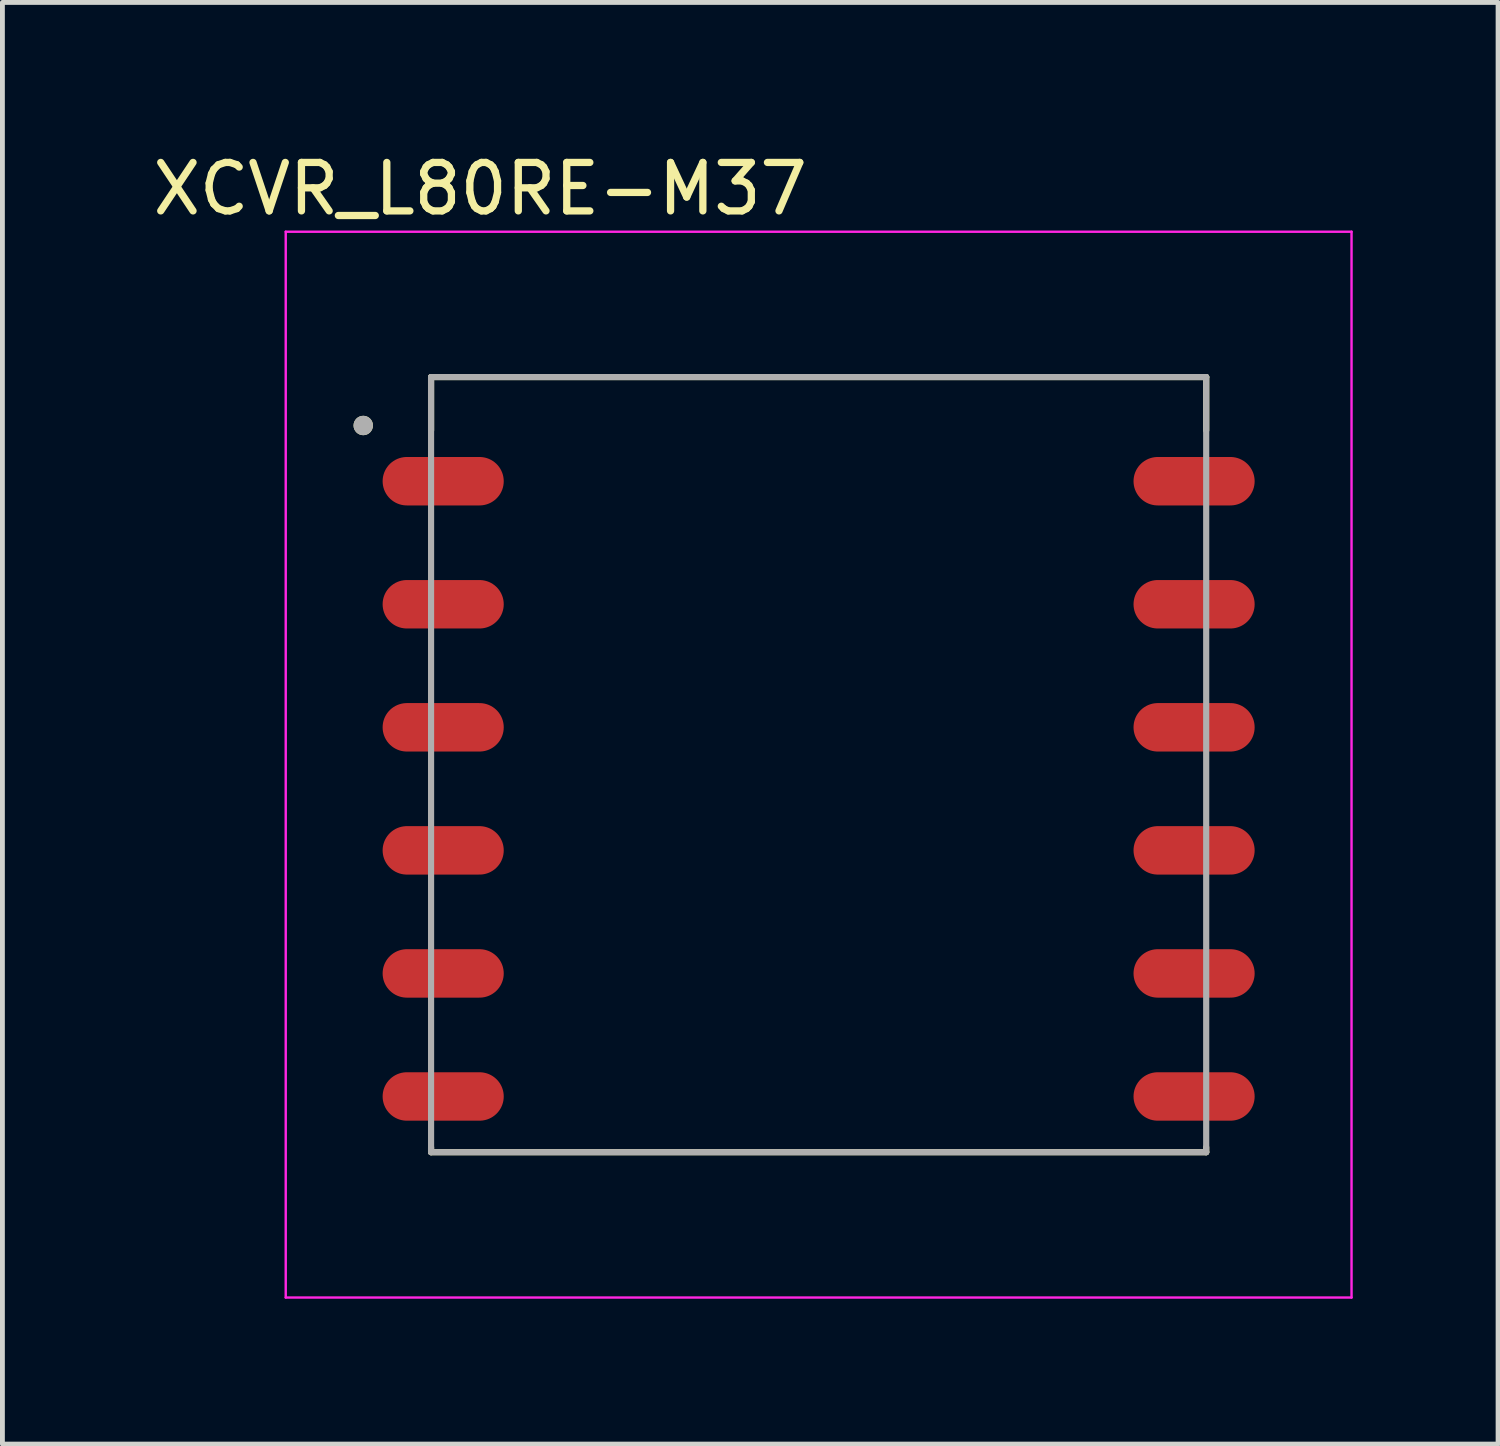
<source format=kicad_pcb>
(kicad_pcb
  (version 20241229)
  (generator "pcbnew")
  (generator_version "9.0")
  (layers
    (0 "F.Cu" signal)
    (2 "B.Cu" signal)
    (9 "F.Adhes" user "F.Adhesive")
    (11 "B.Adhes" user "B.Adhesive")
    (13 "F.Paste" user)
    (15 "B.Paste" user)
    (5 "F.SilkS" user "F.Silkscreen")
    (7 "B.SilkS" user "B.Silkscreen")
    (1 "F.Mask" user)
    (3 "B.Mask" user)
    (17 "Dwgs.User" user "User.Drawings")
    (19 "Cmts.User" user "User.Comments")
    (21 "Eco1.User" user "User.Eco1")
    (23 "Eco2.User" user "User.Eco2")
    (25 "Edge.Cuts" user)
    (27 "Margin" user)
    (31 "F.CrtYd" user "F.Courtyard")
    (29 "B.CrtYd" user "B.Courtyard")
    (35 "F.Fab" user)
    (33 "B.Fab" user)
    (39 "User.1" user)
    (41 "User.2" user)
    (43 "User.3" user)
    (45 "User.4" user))
  (footprint "XCVR_L80RE-M37"
    (layer "F.Cu")
    (at 13.848 12.733)
    (property "Reference" "XCVR_L80RE-M37" (at -6.985 -11.885 0) (layer "F.SilkS") (effects (font (size 1 1) (thickness 0.15))))
    (attr smd)
    (fp_line (start -8 -8) (end -8 -6.9) (stroke (width 0.127) (type solid)) (layer "F.SilkS"))
    (fp_line (start -8 -8) (end 8 -8) (stroke (width 0.127) (type solid)) (layer "F.SilkS"))
    (fp_line (start -8 8) (end -8 7.9) (stroke (width 0.127) (type solid)) (layer "F.SilkS"))
    (fp_line (start 8 -8) (end 8 -6.9) (stroke (width 0.127) (type solid)) (layer "F.SilkS"))
    (fp_line (start 8 8) (end -8 8) (stroke (width 0.127) (type solid)) (layer "F.SilkS"))
    (fp_line (start 8 8) (end 8 7.9) (stroke (width 0.127) (type solid)) (layer "F.SilkS"))
    (fp_circle (center -9.4 -7) (end -9.3 -7) (stroke (width 0.2) (type solid)) (fill no) (layer "F.SilkS"))
    (fp_poly (pts (xy -8.9 -6.35) (xy -7.1 -6.35) (xy -7.048 -6.347) (xy -6.996 -6.339) (xy -6.945 -6.326) (xy -6.897 -6.307) (xy -6.85 -6.283) (xy -6.806 -6.255) (xy -6.765 -6.222) (xy -6.728 -6.185) (xy -6.695 -6.144) (xy -6.667 -6.1) (xy -6.643 -6.053) (xy -6.624 -6.005) (xy -6.611 -5.954) (xy -6.603 -5.902) (xy -6.6 -5.85) (xy -6.603 -5.798) (xy -6.611 -5.746) (xy -6.624 -5.695) (xy -6.643 -5.647) (xy -6.667 -5.6) (xy -6.695 -5.556) (xy -6.728 -5.515) (xy -6.765 -5.478) (xy -6.806 -5.445) (xy -6.85 -5.417) (xy -6.897 -5.393) (xy -6.945 -5.374) (xy -6.996 -5.361) (xy -7.048 -5.353) (xy -7.1 -5.35) (xy -8.9 -5.35) (xy -8.952 -5.353) (xy -9.004 -5.361) (xy -9.055 -5.374) (xy -9.103 -5.393) (xy -9.15 -5.417) (xy -9.194 -5.445) (xy -9.235 -5.478) (xy -9.272 -5.515) (xy -9.305 -5.556) (xy -9.333 -5.6) (xy -9.357 -5.647) (xy -9.376 -5.695) (xy -9.389 -5.746) (xy -9.397 -5.798) (xy -9.4 -5.85) (xy -9.397 -5.902) (xy -9.389 -5.954) (xy -9.376 -6.005) (xy -9.357 -6.053) (xy -9.333 -6.1) (xy -9.305 -6.144) (xy -9.272 -6.185) (xy -9.235 -6.222) (xy -9.194 -6.255) (xy -9.15 -6.283) (xy -9.103 -6.307) (xy -9.055 -6.326) (xy -9.004 -6.339) (xy -8.952 -6.347) (xy -8.9 -6.35)) (stroke (width 0.01) (type solid)) (fill yes) (layer "F.Paste"))
    (fp_poly (pts (xy -8.9 -3.81) (xy -7.1 -3.81) (xy -7.048 -3.807) (xy -6.996 -3.799) (xy -6.945 -3.786) (xy -6.897 -3.767) (xy -6.85 -3.743) (xy -6.806 -3.715) (xy -6.765 -3.682) (xy -6.728 -3.645) (xy -6.695 -3.604) (xy -6.667 -3.56) (xy -6.643 -3.513) (xy -6.624 -3.465) (xy -6.611 -3.414) (xy -6.603 -3.362) (xy -6.6 -3.31) (xy -6.603 -3.258) (xy -6.611 -3.206) (xy -6.624 -3.155) (xy -6.643 -3.107) (xy -6.667 -3.06) (xy -6.695 -3.016) (xy -6.728 -2.975) (xy -6.765 -2.938) (xy -6.806 -2.905) (xy -6.85 -2.877) (xy -6.897 -2.853) (xy -6.945 -2.834) (xy -6.996 -2.821) (xy -7.048 -2.813) (xy -7.1 -2.81) (xy -8.9 -2.81) (xy -8.952 -2.813) (xy -9.004 -2.821) (xy -9.055 -2.834) (xy -9.103 -2.853) (xy -9.15 -2.877) (xy -9.194 -2.905) (xy -9.235 -2.938) (xy -9.272 -2.975) (xy -9.305 -3.016) (xy -9.333 -3.06) (xy -9.357 -3.107) (xy -9.376 -3.155) (xy -9.389 -3.206) (xy -9.397 -3.258) (xy -9.4 -3.31) (xy -9.397 -3.362) (xy -9.389 -3.414) (xy -9.376 -3.465) (xy -9.357 -3.513) (xy -9.333 -3.56) (xy -9.305 -3.604) (xy -9.272 -3.645) (xy -9.235 -3.682) (xy -9.194 -3.715) (xy -9.15 -3.743) (xy -9.103 -3.767) (xy -9.055 -3.786) (xy -9.004 -3.799) (xy -8.952 -3.807) (xy -8.9 -3.81)) (stroke (width 0.01) (type solid)) (fill yes) (layer "F.Paste"))
    (fp_poly (pts (xy -8.9 -1.27) (xy -7.1 -1.27) (xy -7.048 -1.267) (xy -6.996 -1.259) (xy -6.945 -1.246) (xy -6.897 -1.227) (xy -6.85 -1.203) (xy -6.806 -1.175) (xy -6.765 -1.142) (xy -6.728 -1.105) (xy -6.695 -1.064) (xy -6.667 -1.02) (xy -6.643 -0.973) (xy -6.624 -0.925) (xy -6.611 -0.874) (xy -6.603 -0.822) (xy -6.6 -0.77) (xy -6.603 -0.718) (xy -6.611 -0.666) (xy -6.624 -0.615) (xy -6.643 -0.567) (xy -6.667 -0.52) (xy -6.695 -0.476) (xy -6.728 -0.435) (xy -6.765 -0.398) (xy -6.806 -0.365) (xy -6.85 -0.337) (xy -6.897 -0.313) (xy -6.945 -0.294) (xy -6.996 -0.281) (xy -7.048 -0.273) (xy -7.1 -0.27) (xy -8.9 -0.27) (xy -8.952 -0.273) (xy -9.004 -0.281) (xy -9.055 -0.294) (xy -9.103 -0.313) (xy -9.15 -0.337) (xy -9.194 -0.365) (xy -9.235 -0.398) (xy -9.272 -0.435) (xy -9.305 -0.476) (xy -9.333 -0.52) (xy -9.357 -0.567) (xy -9.376 -0.615) (xy -9.389 -0.666) (xy -9.397 -0.718) (xy -9.4 -0.77) (xy -9.397 -0.822) (xy -9.389 -0.874) (xy -9.376 -0.925) (xy -9.357 -0.973) (xy -9.333 -1.02) (xy -9.305 -1.064) (xy -9.272 -1.105) (xy -9.235 -1.142) (xy -9.194 -1.175) (xy -9.15 -1.203) (xy -9.103 -1.227) (xy -9.055 -1.246) (xy -9.004 -1.259) (xy -8.952 -1.267) (xy -8.9 -1.27)) (stroke (width 0.01) (type solid)) (fill yes) (layer "F.Paste"))
    (fp_poly (pts (xy -8.9 1.27) (xy -7.1 1.27) (xy -7.048 1.273) (xy -6.996 1.281) (xy -6.945 1.294) (xy -6.897 1.313) (xy -6.85 1.337) (xy -6.806 1.365) (xy -6.765 1.398) (xy -6.728 1.435) (xy -6.695 1.476) (xy -6.667 1.52) (xy -6.643 1.567) (xy -6.624 1.615) (xy -6.611 1.666) (xy -6.603 1.718) (xy -6.6 1.77) (xy -6.603 1.822) (xy -6.611 1.874) (xy -6.624 1.925) (xy -6.643 1.973) (xy -6.667 2.02) (xy -6.695 2.064) (xy -6.728 2.105) (xy -6.765 2.142) (xy -6.806 2.175) (xy -6.85 2.203) (xy -6.897 2.227) (xy -6.945 2.246) (xy -6.996 2.259) (xy -7.048 2.267) (xy -7.1 2.27) (xy -8.9 2.27) (xy -8.952 2.267) (xy -9.004 2.259) (xy -9.055 2.246) (xy -9.103 2.227) (xy -9.15 2.203) (xy -9.194 2.175) (xy -9.235 2.142) (xy -9.272 2.105) (xy -9.305 2.064) (xy -9.333 2.02) (xy -9.357 1.973) (xy -9.376 1.925) (xy -9.389 1.874) (xy -9.397 1.822) (xy -9.4 1.77) (xy -9.397 1.718) (xy -9.389 1.666) (xy -9.376 1.615) (xy -9.357 1.567) (xy -9.333 1.52) (xy -9.305 1.476) (xy -9.272 1.435) (xy -9.235 1.398) (xy -9.194 1.365) (xy -9.15 1.337) (xy -9.103 1.313) (xy -9.055 1.294) (xy -9.004 1.281) (xy -8.952 1.273) (xy -8.9 1.27)) (stroke (width 0.01) (type solid)) (fill yes) (layer "F.Paste"))
    (fp_poly (pts (xy -8.9 3.81) (xy -7.1 3.81) (xy -7.048 3.813) (xy -6.996 3.821) (xy -6.945 3.834) (xy -6.897 3.853) (xy -6.85 3.877) (xy -6.806 3.905) (xy -6.765 3.938) (xy -6.728 3.975) (xy -6.695 4.016) (xy -6.667 4.06) (xy -6.643 4.107) (xy -6.624 4.155) (xy -6.611 4.206) (xy -6.603 4.258) (xy -6.6 4.31) (xy -6.603 4.362) (xy -6.611 4.414) (xy -6.624 4.465) (xy -6.643 4.513) (xy -6.667 4.56) (xy -6.695 4.604) (xy -6.728 4.645) (xy -6.765 4.682) (xy -6.806 4.715) (xy -6.85 4.743) (xy -6.897 4.767) (xy -6.945 4.786) (xy -6.996 4.799) (xy -7.048 4.807) (xy -7.1 4.81) (xy -8.9 4.81) (xy -8.952 4.807) (xy -9.004 4.799) (xy -9.055 4.786) (xy -9.103 4.767) (xy -9.15 4.743) (xy -9.194 4.715) (xy -9.235 4.682) (xy -9.272 4.645) (xy -9.305 4.604) (xy -9.333 4.56) (xy -9.357 4.513) (xy -9.376 4.465) (xy -9.389 4.414) (xy -9.397 4.362) (xy -9.4 4.31) (xy -9.397 4.258) (xy -9.389 4.206) (xy -9.376 4.155) (xy -9.357 4.107) (xy -9.333 4.06) (xy -9.305 4.016) (xy -9.272 3.975) (xy -9.235 3.938) (xy -9.194 3.905) (xy -9.15 3.877) (xy -9.103 3.853) (xy -9.055 3.834) (xy -9.004 3.821) (xy -8.952 3.813) (xy -8.9 3.81)) (stroke (width 0.01) (type solid)) (fill yes) (layer "F.Paste"))
    (fp_poly (pts (xy -8.9 6.35) (xy -7.1 6.35) (xy -7.048 6.353) (xy -6.996 6.361) (xy -6.945 6.374) (xy -6.897 6.393) (xy -6.85 6.417) (xy -6.806 6.445) (xy -6.765 6.478) (xy -6.728 6.515) (xy -6.695 6.556) (xy -6.667 6.6) (xy -6.643 6.647) (xy -6.624 6.695) (xy -6.611 6.746) (xy -6.603 6.798) (xy -6.6 6.85) (xy -6.603 6.902) (xy -6.611 6.954) (xy -6.624 7.005) (xy -6.643 7.053) (xy -6.667 7.1) (xy -6.695 7.144) (xy -6.728 7.185) (xy -6.765 7.222) (xy -6.806 7.255) (xy -6.85 7.283) (xy -6.897 7.307) (xy -6.945 7.326) (xy -6.996 7.339) (xy -7.048 7.347) (xy -7.1 7.35) (xy -8.9 7.35) (xy -8.952 7.347) (xy -9.004 7.339) (xy -9.055 7.326) (xy -9.103 7.307) (xy -9.15 7.283) (xy -9.194 7.255) (xy -9.235 7.222) (xy -9.272 7.185) (xy -9.305 7.144) (xy -9.333 7.1) (xy -9.357 7.053) (xy -9.376 7.005) (xy -9.389 6.954) (xy -9.397 6.902) (xy -9.4 6.85) (xy -9.397 6.798) (xy -9.389 6.746) (xy -9.376 6.695) (xy -9.357 6.647) (xy -9.333 6.6) (xy -9.305 6.556) (xy -9.272 6.515) (xy -9.235 6.478) (xy -9.194 6.445) (xy -9.15 6.417) (xy -9.103 6.393) (xy -9.055 6.374) (xy -9.004 6.361) (xy -8.952 6.353) (xy -8.9 6.35)) (stroke (width 0.01) (type solid)) (fill yes) (layer "F.Paste"))
    (fp_poly (pts (xy 7.1 -6.35) (xy 8.9 -6.35) (xy 8.952 -6.347) (xy 9.004 -6.339) (xy 9.055 -6.326) (xy 9.103 -6.307) (xy 9.15 -6.283) (xy 9.194 -6.255) (xy 9.235 -6.222) (xy 9.272 -6.185) (xy 9.305 -6.144) (xy 9.333 -6.1) (xy 9.357 -6.053) (xy 9.376 -6.005) (xy 9.389 -5.954) (xy 9.397 -5.902) (xy 9.4 -5.85) (xy 9.397 -5.798) (xy 9.389 -5.746) (xy 9.376 -5.695) (xy 9.357 -5.647) (xy 9.333 -5.6) (xy 9.305 -5.556) (xy 9.272 -5.515) (xy 9.235 -5.478) (xy 9.194 -5.445) (xy 9.15 -5.417) (xy 9.103 -5.393) (xy 9.055 -5.374) (xy 9.004 -5.361) (xy 8.952 -5.353) (xy 8.9 -5.35) (xy 7.1 -5.35) (xy 7.048 -5.353) (xy 6.996 -5.361) (xy 6.945 -5.374) (xy 6.897 -5.393) (xy 6.85 -5.417) (xy 6.806 -5.445) (xy 6.765 -5.478) (xy 6.728 -5.515) (xy 6.695 -5.556) (xy 6.667 -5.6) (xy 6.643 -5.647) (xy 6.624 -5.695) (xy 6.611 -5.746) (xy 6.603 -5.798) (xy 6.6 -5.85) (xy 6.603 -5.902) (xy 6.611 -5.954) (xy 6.624 -6.005) (xy 6.643 -6.053) (xy 6.667 -6.1) (xy 6.695 -6.144) (xy 6.728 -6.185) (xy 6.765 -6.222) (xy 6.806 -6.255) (xy 6.85 -6.283) (xy 6.897 -6.307) (xy 6.945 -6.326) (xy 6.996 -6.339) (xy 7.048 -6.347) (xy 7.1 -6.35)) (stroke (width 0.01) (type solid)) (fill yes) (layer "F.Paste"))
    (fp_poly (pts (xy 7.1 -3.81) (xy 8.9 -3.81) (xy 8.952 -3.807) (xy 9.004 -3.799) (xy 9.055 -3.786) (xy 9.103 -3.767) (xy 9.15 -3.743) (xy 9.194 -3.715) (xy 9.235 -3.682) (xy 9.272 -3.645) (xy 9.305 -3.604) (xy 9.333 -3.56) (xy 9.357 -3.513) (xy 9.376 -3.465) (xy 9.389 -3.414) (xy 9.397 -3.362) (xy 9.4 -3.31) (xy 9.397 -3.258) (xy 9.389 -3.206) (xy 9.376 -3.155) (xy 9.357 -3.107) (xy 9.333 -3.06) (xy 9.305 -3.016) (xy 9.272 -2.975) (xy 9.235 -2.938) (xy 9.194 -2.905) (xy 9.15 -2.877) (xy 9.103 -2.853) (xy 9.055 -2.834) (xy 9.004 -2.821) (xy 8.952 -2.813) (xy 8.9 -2.81) (xy 7.1 -2.81) (xy 7.048 -2.813) (xy 6.996 -2.821) (xy 6.945 -2.834) (xy 6.897 -2.853) (xy 6.85 -2.877) (xy 6.806 -2.905) (xy 6.765 -2.938) (xy 6.728 -2.975) (xy 6.695 -3.016) (xy 6.667 -3.06) (xy 6.643 -3.107) (xy 6.624 -3.155) (xy 6.611 -3.206) (xy 6.603 -3.258) (xy 6.6 -3.31) (xy 6.603 -3.362) (xy 6.611 -3.414) (xy 6.624 -3.465) (xy 6.643 -3.513) (xy 6.667 -3.56) (xy 6.695 -3.604) (xy 6.728 -3.645) (xy 6.765 -3.682) (xy 6.806 -3.715) (xy 6.85 -3.743) (xy 6.897 -3.767) (xy 6.945 -3.786) (xy 6.996 -3.799) (xy 7.048 -3.807) (xy 7.1 -3.81)) (stroke (width 0.01) (type solid)) (fill yes) (layer "F.Paste"))
    (fp_poly (pts (xy 7.1 -1.27) (xy 8.9 -1.27) (xy 8.952 -1.267) (xy 9.004 -1.259) (xy 9.055 -1.246) (xy 9.103 -1.227) (xy 9.15 -1.203) (xy 9.194 -1.175) (xy 9.235 -1.142) (xy 9.272 -1.105) (xy 9.305 -1.064) (xy 9.333 -1.02) (xy 9.357 -0.973) (xy 9.376 -0.925) (xy 9.389 -0.874) (xy 9.397 -0.822) (xy 9.4 -0.77) (xy 9.397 -0.718) (xy 9.389 -0.666) (xy 9.376 -0.615) (xy 9.357 -0.567) (xy 9.333 -0.52) (xy 9.305 -0.476) (xy 9.272 -0.435) (xy 9.235 -0.398) (xy 9.194 -0.365) (xy 9.15 -0.337) (xy 9.103 -0.313) (xy 9.055 -0.294) (xy 9.004 -0.281) (xy 8.952 -0.273) (xy 8.9 -0.27) (xy 7.1 -0.27) (xy 7.048 -0.273) (xy 6.996 -0.281) (xy 6.945 -0.294) (xy 6.897 -0.313) (xy 6.85 -0.337) (xy 6.806 -0.365) (xy 6.765 -0.398) (xy 6.728 -0.435) (xy 6.695 -0.476) (xy 6.667 -0.52) (xy 6.643 -0.567) (xy 6.624 -0.615) (xy 6.611 -0.666) (xy 6.603 -0.718) (xy 6.6 -0.77) (xy 6.603 -0.822) (xy 6.611 -0.874) (xy 6.624 -0.925) (xy 6.643 -0.973) (xy 6.667 -1.02) (xy 6.695 -1.064) (xy 6.728 -1.105) (xy 6.765 -1.142) (xy 6.806 -1.175) (xy 6.85 -1.203) (xy 6.897 -1.227) (xy 6.945 -1.246) (xy 6.996 -1.259) (xy 7.048 -1.267) (xy 7.1 -1.27)) (stroke (width 0.01) (type solid)) (fill yes) (layer "F.Paste"))
    (fp_poly (pts (xy 7.1 1.27) (xy 8.9 1.27) (xy 8.952 1.273) (xy 9.004 1.281) (xy 9.055 1.294) (xy 9.103 1.313) (xy 9.15 1.337) (xy 9.194 1.365) (xy 9.235 1.398) (xy 9.272 1.435) (xy 9.305 1.476) (xy 9.333 1.52) (xy 9.357 1.567) (xy 9.376 1.615) (xy 9.389 1.666) (xy 9.397 1.718) (xy 9.4 1.77) (xy 9.397 1.822) (xy 9.389 1.874) (xy 9.376 1.925) (xy 9.357 1.973) (xy 9.333 2.02) (xy 9.305 2.064) (xy 9.272 2.105) (xy 9.235 2.142) (xy 9.194 2.175) (xy 9.15 2.203) (xy 9.103 2.227) (xy 9.055 2.246) (xy 9.004 2.259) (xy 8.952 2.267) (xy 8.9 2.27) (xy 7.1 2.27) (xy 7.048 2.267) (xy 6.996 2.259) (xy 6.945 2.246) (xy 6.897 2.227) (xy 6.85 2.203) (xy 6.806 2.175) (xy 6.765 2.142) (xy 6.728 2.105) (xy 6.695 2.064) (xy 6.667 2.02) (xy 6.643 1.973) (xy 6.624 1.925) (xy 6.611 1.874) (xy 6.603 1.822) (xy 6.6 1.77) (xy 6.603 1.718) (xy 6.611 1.666) (xy 6.624 1.615) (xy 6.643 1.567) (xy 6.667 1.52) (xy 6.695 1.476) (xy 6.728 1.435) (xy 6.765 1.398) (xy 6.806 1.365) (xy 6.85 1.337) (xy 6.897 1.313) (xy 6.945 1.294) (xy 6.996 1.281) (xy 7.048 1.273) (xy 7.1 1.27)) (stroke (width 0.01) (type solid)) (fill yes) (layer "F.Paste"))
    (fp_poly (pts (xy 7.1 3.81) (xy 8.9 3.81) (xy 8.952 3.813) (xy 9.004 3.821) (xy 9.055 3.834) (xy 9.103 3.853) (xy 9.15 3.877) (xy 9.194 3.905) (xy 9.235 3.938) (xy 9.272 3.975) (xy 9.305 4.016) (xy 9.333 4.06) (xy 9.357 4.107) (xy 9.376 4.155) (xy 9.389 4.206) (xy 9.397 4.258) (xy 9.4 4.31) (xy 9.397 4.362) (xy 9.389 4.414) (xy 9.376 4.465) (xy 9.357 4.513) (xy 9.333 4.56) (xy 9.305 4.604) (xy 9.272 4.645) (xy 9.235 4.682) (xy 9.194 4.715) (xy 9.15 4.743) (xy 9.103 4.767) (xy 9.055 4.786) (xy 9.004 4.799) (xy 8.952 4.807) (xy 8.9 4.81) (xy 7.1 4.81) (xy 7.048 4.807) (xy 6.996 4.799) (xy 6.945 4.786) (xy 6.897 4.767) (xy 6.85 4.743) (xy 6.806 4.715) (xy 6.765 4.682) (xy 6.728 4.645) (xy 6.695 4.604) (xy 6.667 4.56) (xy 6.643 4.513) (xy 6.624 4.465) (xy 6.611 4.414) (xy 6.603 4.362) (xy 6.6 4.31) (xy 6.603 4.258) (xy 6.611 4.206) (xy 6.624 4.155) (xy 6.643 4.107) (xy 6.667 4.06) (xy 6.695 4.016) (xy 6.728 3.975) (xy 6.765 3.938) (xy 6.806 3.905) (xy 6.85 3.877) (xy 6.897 3.853) (xy 6.945 3.834) (xy 6.996 3.821) (xy 7.048 3.813) (xy 7.1 3.81)) (stroke (width 0.01) (type solid)) (fill yes) (layer "F.Paste"))
    (fp_poly (pts (xy 7.1 6.35) (xy 8.9 6.35) (xy 8.952 6.353) (xy 9.004 6.361) (xy 9.055 6.374) (xy 9.103 6.393) (xy 9.15 6.417) (xy 9.194 6.445) (xy 9.235 6.478) (xy 9.272 6.515) (xy 9.305 6.556) (xy 9.333 6.6) (xy 9.357 6.647) (xy 9.376 6.695) (xy 9.389 6.746) (xy 9.397 6.798) (xy 9.4 6.85) (xy 9.397 6.902) (xy 9.389 6.954) (xy 9.376 7.005) (xy 9.357 7.053) (xy 9.333 7.1) (xy 9.305 7.144) (xy 9.272 7.185) (xy 9.235 7.222) (xy 9.194 7.255) (xy 9.15 7.283) (xy 9.103 7.307) (xy 9.055 7.326) (xy 9.004 7.339) (xy 8.952 7.347) (xy 8.9 7.35) (xy 7.1 7.35) (xy 7.048 7.347) (xy 6.996 7.339) (xy 6.945 7.326) (xy 6.897 7.307) (xy 6.85 7.283) (xy 6.806 7.255) (xy 6.765 7.222) (xy 6.728 7.185) (xy 6.695 7.144) (xy 6.667 7.1) (xy 6.643 7.053) (xy 6.624 7.005) (xy 6.611 6.954) (xy 6.603 6.902) (xy 6.6 6.85) (xy 6.603 6.798) (xy 6.611 6.746) (xy 6.624 6.695) (xy 6.643 6.647) (xy 6.667 6.6) (xy 6.695 6.556) (xy 6.728 6.515) (xy 6.765 6.478) (xy 6.806 6.445) (xy 6.85 6.417) (xy 6.897 6.393) (xy 6.945 6.374) (xy 6.996 6.361) (xy 7.048 6.353) (xy 7.1 6.35)) (stroke (width 0.01) (type solid)) (fill yes) (layer "F.Paste"))
    (fp_line (start -11 -11) (end 11 -11) (stroke (width 0.05) (type solid)) (layer "F.CrtYd"))
    (fp_line (start -11 11) (end -11 -11) (stroke (width 0.05) (type solid)) (layer "F.CrtYd"))
    (fp_line (start 11 -11) (end 11 11) (stroke (width 0.05) (type solid)) (layer "F.CrtYd"))
    (fp_line (start 11 11) (end -11 11) (stroke (width 0.05) (type solid)) (layer "F.CrtYd"))
    (fp_line (start -8 -8) (end 8 -8) (stroke (width 0.127) (type solid)) (layer "F.Fab"))
    (fp_line (start -8 8) (end -8 -8) (stroke (width 0.127) (type solid)) (layer "F.Fab"))
    (fp_line (start 8 -8) (end 8 8) (stroke (width 0.127) (type solid)) (layer "F.Fab"))
    (fp_line (start 8 8) (end -8 8) (stroke (width 0.127) (type solid)) (layer "F.Fab"))
    (fp_circle (center -9.4 -7) (end -9.3 -7) (stroke (width 0.2) (type solid)) (fill no) (layer "F.Fab"))
    (pad "1" smd oval (at -7.75 -5.85) (size 2.5 1) (layers "F.Cu" "F.Mask"))
    (pad "2" smd oval (at -7.75 -3.31) (size 2.5 1) (layers "F.Cu" "F.Mask"))
    (pad "3" smd oval (at -7.75 -0.77) (size 2.5 1) (layers "F.Cu" "F.Mask"))
    (pad "4" smd oval (at -7.75 1.77) (size 2.5 1) (layers "F.Cu" "F.Mask"))
    (pad "5" smd oval (at -7.75 4.31) (size 2.5 1) (layers "F.Cu" "F.Mask"))
    (pad "6" smd oval (at -7.75 6.85) (size 2.5 1) (layers "F.Cu" "F.Mask"))
    (pad "7" smd oval (at 7.75 6.85) (size 2.5 1) (layers "F.Cu" "F.Mask"))
    (pad "8" smd oval (at 7.75 4.31) (size 2.5 1) (layers "F.Cu" "F.Mask"))
    (pad "9" smd oval (at 7.75 1.77) (size 2.5 1) (layers "F.Cu" "F.Mask"))
    (pad "10" smd oval (at 7.75 -0.77) (size 2.5 1) (layers "F.Cu" "F.Mask"))
    (pad "11" smd oval (at 7.75 -3.31) (size 2.5 1) (layers "F.Cu" "F.Mask"))
    (pad "12" smd oval (at 7.75 -5.85) (size 2.5 1) (layers "F.Cu" "F.Mask")))
  (gr_rect
    (start -3 -3)
    (end 27.873 26.758)
    (stroke (width 0.1) (type default))
    (fill no)
    (layer "Edge.Cuts")))
</source>
